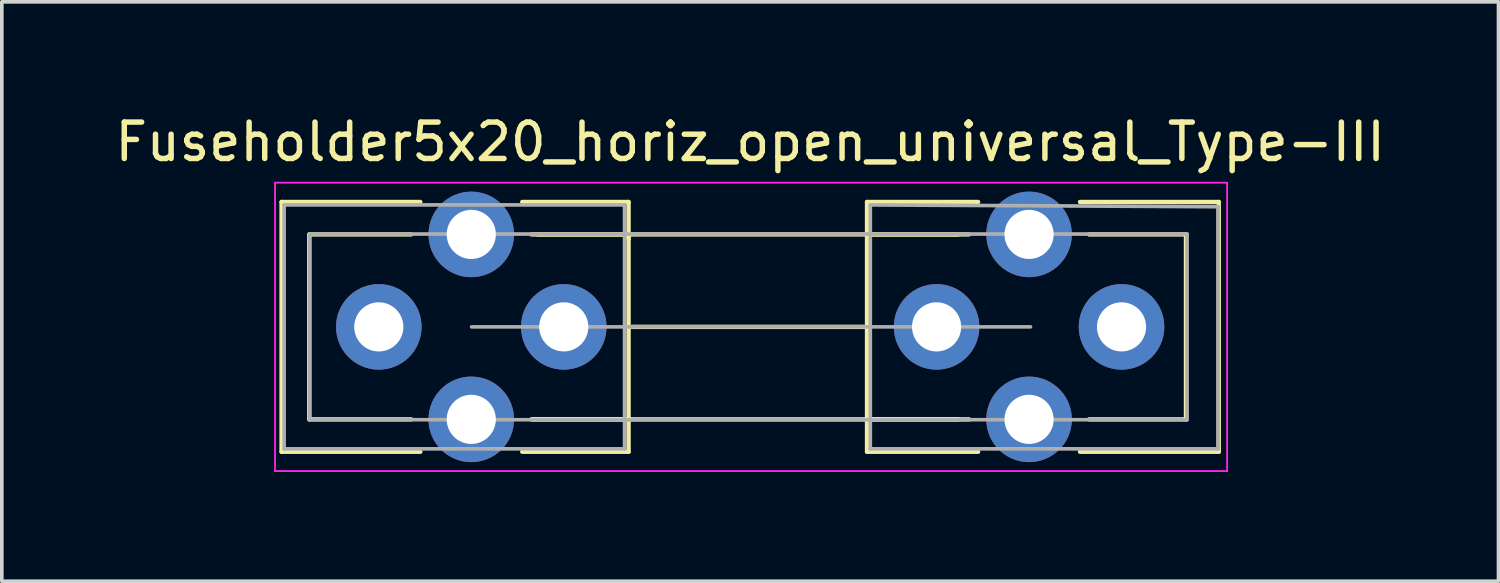
<source format=kicad_pcb>
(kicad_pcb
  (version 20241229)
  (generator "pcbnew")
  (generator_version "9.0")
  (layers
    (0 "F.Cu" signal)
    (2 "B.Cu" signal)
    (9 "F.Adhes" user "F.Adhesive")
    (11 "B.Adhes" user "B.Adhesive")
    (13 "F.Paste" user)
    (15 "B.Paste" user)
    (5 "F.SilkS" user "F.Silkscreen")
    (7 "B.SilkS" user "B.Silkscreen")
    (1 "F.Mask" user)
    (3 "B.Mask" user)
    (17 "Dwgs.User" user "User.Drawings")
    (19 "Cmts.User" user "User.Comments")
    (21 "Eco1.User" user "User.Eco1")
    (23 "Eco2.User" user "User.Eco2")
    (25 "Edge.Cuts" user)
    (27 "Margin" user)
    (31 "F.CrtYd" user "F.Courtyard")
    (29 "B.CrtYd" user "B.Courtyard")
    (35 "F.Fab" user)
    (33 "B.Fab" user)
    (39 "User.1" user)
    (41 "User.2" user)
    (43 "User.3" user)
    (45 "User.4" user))
  (footprint "Fuseholder5x20_horiz_open_universal_Type-III"
    (layer "F.Cu")
    (at 7.354 5.928)
    (property "Reference" "Fuseholder5x20_horiz_open_universal_Type-III" (at 10.2 -5.08 0) (layer "F.SilkS") (effects (font (size 1 1) (thickness 0.15))))
    (attr through_hole)
    (fp_line (start -2.67 -3.43) (end -2.67 3.43) (stroke (width 0.12) (type solid)) (layer "F.SilkS"))
    (fp_line (start -2.67 -3.43) (end 1.14 -3.43) (stroke (width 0.12) (type solid)) (layer "F.SilkS"))
    (fp_line (start -2.67 3.43) (end 1.14 3.43) (stroke (width 0.12) (type solid)) (layer "F.SilkS"))
    (fp_line (start -1.91 -2.54) (end -1.91 2.54) (stroke (width 0.12) (type solid)) (layer "F.SilkS"))
    (fp_line (start -1.9 -2.54) (end 0.89 -2.54) (stroke (width 0.12) (type solid)) (layer "F.SilkS"))
    (fp_line (start -1.9 2.54) (end 0.89 2.54) (stroke (width 0.12) (type solid)) (layer "F.SilkS"))
    (fp_line (start 4.36 -2.54) (end 15.91 -2.54) (stroke (width 0.12) (type solid)) (layer "F.SilkS"))
    (fp_line (start 6.86 -3.43) (end 3.94 -3.43) (stroke (width 0.12) (type solid)) (layer "F.SilkS"))
    (fp_line (start 6.86 -3.43) (end 6.86 -2.41) (stroke (width 0.12) (type solid)) (layer "F.SilkS"))
    (fp_line (start 6.86 -2.54) (end 4.19 -2.54) (stroke (width 0.12) (type solid)) (layer "F.SilkS"))
    (fp_line (start 6.86 0) (end 6.86 -2.54) (stroke (width 0.12) (type solid)) (layer "F.SilkS"))
    (fp_line (start 6.86 2.54) (end 4.19 2.54) (stroke (width 0.12) (type solid)) (layer "F.SilkS"))
    (fp_line (start 6.86 2.54) (end 6.86 0) (stroke (width 0.12) (type solid)) (layer "F.SilkS"))
    (fp_line (start 6.86 3.43) (end 3.94 3.43) (stroke (width 0.12) (type solid)) (layer "F.SilkS"))
    (fp_line (start 6.86 3.43) (end 6.86 2.54) (stroke (width 0.12) (type solid)) (layer "F.SilkS"))
    (fp_line (start 6.95 0) (end 13.45 0) (stroke (width 0.12) (type solid)) (layer "F.SilkS"))
    (fp_line (start 13.41 -3.43) (end 13.41 -2.54) (stroke (width 0.12) (type solid)) (layer "F.SilkS"))
    (fp_line (start 13.41 -3.43) (end 16.46 -3.43) (stroke (width 0.12) (type solid)) (layer "F.SilkS"))
    (fp_line (start 13.41 -2.54) (end 16.21 -2.54) (stroke (width 0.12) (type solid)) (layer "F.SilkS"))
    (fp_line (start 13.41 0) (end 13.41 -2.54) (stroke (width 0.12) (type solid)) (layer "F.SilkS"))
    (fp_line (start 13.41 2.54) (end 13.41 0) (stroke (width 0.12) (type solid)) (layer "F.SilkS"))
    (fp_line (start 13.41 2.54) (end 16.21 2.54) (stroke (width 0.12) (type solid)) (layer "F.SilkS"))
    (fp_line (start 13.41 3.43) (end 13.41 2.54) (stroke (width 0.12) (type solid)) (layer "F.SilkS"))
    (fp_line (start 13.41 3.43) (end 16.46 3.43) (stroke (width 0.12) (type solid)) (layer "F.SilkS"))
    (fp_line (start 15.91 2.54) (end 4.23 2.54) (stroke (width 0.12) (type solid)) (layer "F.SilkS"))
    (fp_line (start 22.17 -2.54) (end 22.17 2.54) (stroke (width 0.12) (type solid)) (layer "F.SilkS"))
    (fp_line (start 22.18 -2.54) (end 19.51 -2.54) (stroke (width 0.12) (type solid)) (layer "F.SilkS"))
    (fp_line (start 22.18 2.54) (end 19.51 2.54) (stroke (width 0.12) (type solid)) (layer "F.SilkS"))
    (fp_line (start 23.07 -3.43) (end 19.26 -3.43) (stroke (width 0.12) (type solid)) (layer "F.SilkS"))
    (fp_line (start 23.07 -3.43) (end 23.07 3.43) (stroke (width 0.12) (type solid)) (layer "F.SilkS"))
    (fp_line (start 23.07 3.43) (end 19.26 3.43) (stroke (width 0.12) (type solid)) (layer "F.SilkS"))
    (fp_line (start -2.85 -3.96) (end -2.85 3.96) (stroke (width 0.05) (type solid)) (layer "F.CrtYd"))
    (fp_line (start -2.85 -3.96) (end 23.3 -3.96) (stroke (width 0.05) (type solid)) (layer "F.CrtYd"))
    (fp_line (start 23.3 3.96) (end -2.85 3.96) (stroke (width 0.05) (type solid)) (layer "F.CrtYd"))
    (fp_line (start 23.3 3.96) (end 23.3 -3.96) (stroke (width 0.05) (type solid)) (layer "F.CrtYd"))
    (fp_line (start -2.6 -3.35) (end 6.75 -3.35) (stroke (width 0.1) (type solid)) (layer "F.Fab"))
    (fp_line (start -2.6 3.35) (end -2.6 -3.35) (stroke (width 0.1) (type solid)) (layer "F.Fab"))
    (fp_line (start -1.9 -2.55) (end 22.2 -2.55) (stroke (width 0.1) (type solid)) (layer "F.Fab"))
    (fp_line (start -1.9 2.55) (end -1.9 -2.5) (stroke (width 0.1) (type solid)) (layer "F.Fab"))
    (fp_line (start 2.55 0) (end 17.9 0) (stroke (width 0.1) (type solid)) (layer "F.Fab"))
    (fp_line (start 6.75 -3.35) (end 6.75 3.35) (stroke (width 0.1) (type solid)) (layer "F.Fab"))
    (fp_line (start 6.75 3.35) (end -2.6 3.35) (stroke (width 0.1) (type solid)) (layer "F.Fab"))
    (fp_line (start 13.5 -3.35) (end 13.5 3.35) (stroke (width 0.1) (type solid)) (layer "F.Fab"))
    (fp_line (start 13.5 3.35) (end 23.05 3.35) (stroke (width 0.1) (type solid)) (layer "F.Fab"))
    (fp_line (start 22.2 -2.55) (end 22.2 2.55) (stroke (width 0.1) (type solid)) (layer "F.Fab"))
    (fp_line (start 22.2 2.55) (end -1.9 2.55) (stroke (width 0.1) (type solid)) (layer "F.Fab"))
    (fp_line (start 23.05 -3.3) (end 13.5 -3.35) (stroke (width 0.1) (type solid)) (layer "F.Fab"))
    (fp_line (start 23.05 3.35) (end 23.05 -3.3) (stroke (width 0.1) (type solid)) (layer "F.Fab"))
    (pad "1" thru_hole circle (at 0 0) (size 2.35 2.35) (drill 1.35) (layers "*.Cu" "*.Mask"))
    (pad "1" thru_hole circle (at 2.54 -2.54) (size 2.35 2.35) (drill 1.35) (layers "*.Cu" "*.Mask"))
    (pad "1" thru_hole circle (at 2.54 2.54) (size 2.35 2.35) (drill 1.35) (layers "*.Cu" "*.Mask"))
    (pad "1" thru_hole circle (at 5.08 0) (size 2.35 2.35) (drill 1.35) (layers "*.Cu" "*.Mask"))
    (pad "2" thru_hole circle (at 15.32 0) (size 2.35 2.35) (drill 1.35) (layers "*.Cu" "*.Mask"))
    (pad "2" thru_hole circle (at 17.86 -2.54) (size 2.35 2.35) (drill 1.35) (layers "*.Cu" "*.Mask"))
    (pad "2" thru_hole circle (at 17.86 2.54) (size 2.35 2.35) (drill 1.35) (layers "*.Cu" "*.Mask"))
    (pad "2" thru_hole circle (at 20.4 0) (size 2.35 2.35) (drill 1.35) (layers "*.Cu" "*.Mask")))
  (gr_rect
    (start -3 -3)
    (end 38.107 12.913)
    (stroke (width 0.1) (type default))
    (fill no)
    (layer "Edge.Cuts")))
</source>
